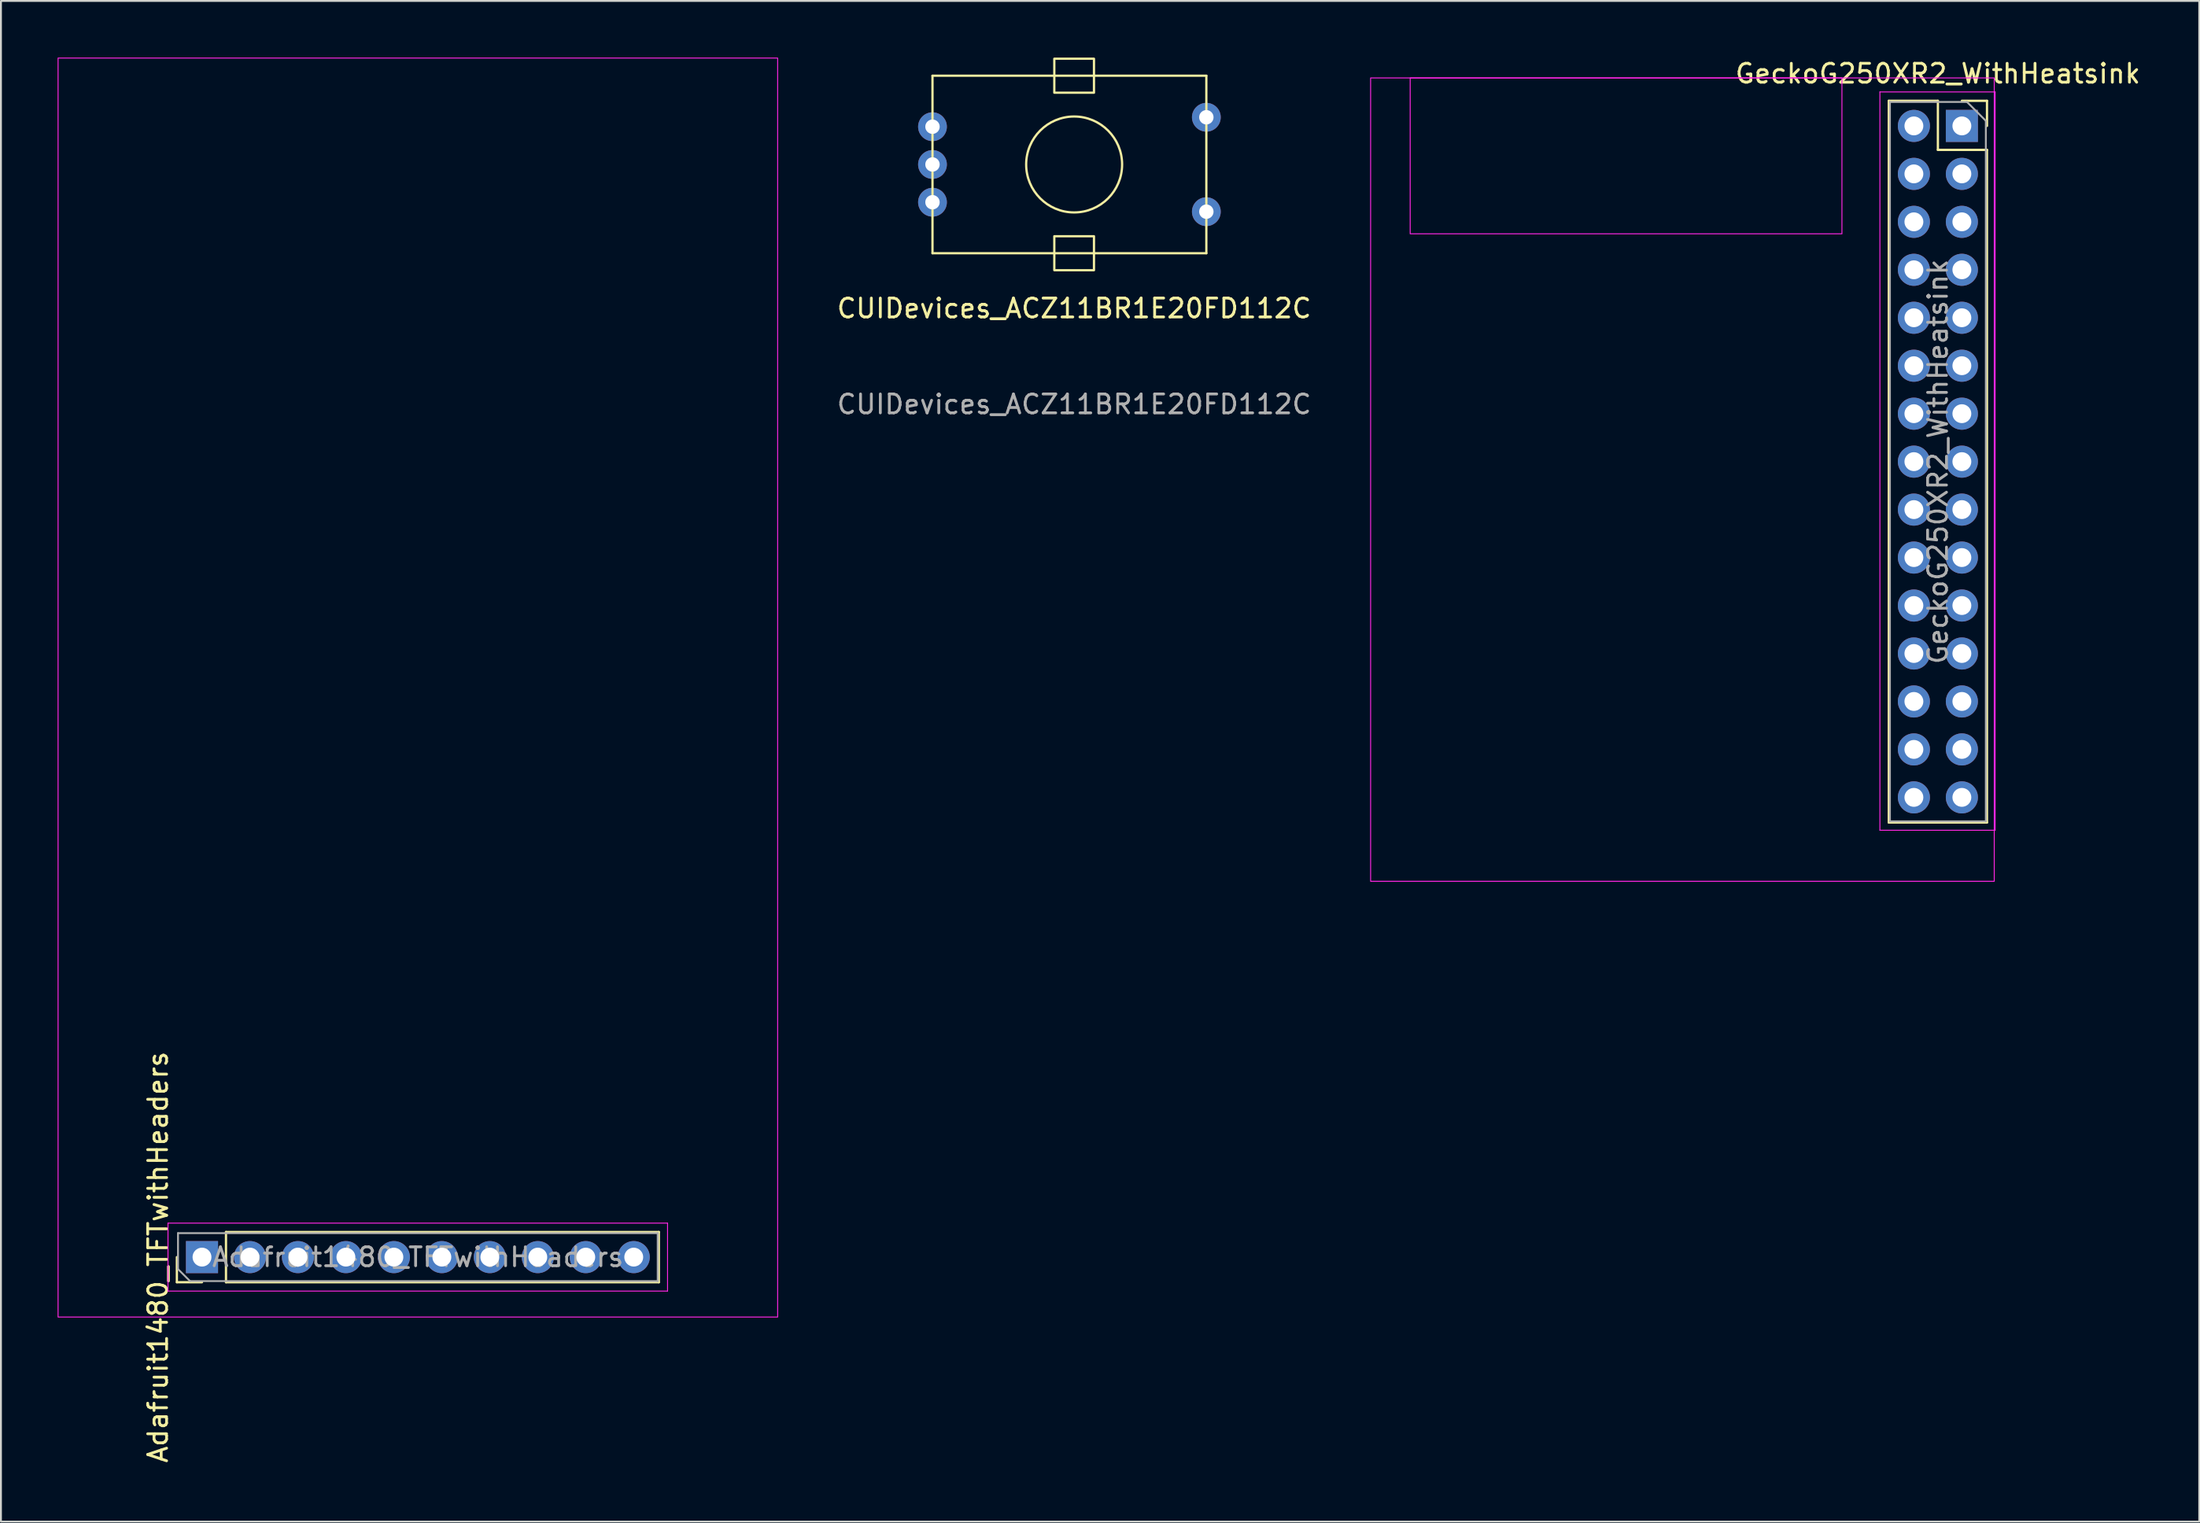
<source format=kicad_pcb>
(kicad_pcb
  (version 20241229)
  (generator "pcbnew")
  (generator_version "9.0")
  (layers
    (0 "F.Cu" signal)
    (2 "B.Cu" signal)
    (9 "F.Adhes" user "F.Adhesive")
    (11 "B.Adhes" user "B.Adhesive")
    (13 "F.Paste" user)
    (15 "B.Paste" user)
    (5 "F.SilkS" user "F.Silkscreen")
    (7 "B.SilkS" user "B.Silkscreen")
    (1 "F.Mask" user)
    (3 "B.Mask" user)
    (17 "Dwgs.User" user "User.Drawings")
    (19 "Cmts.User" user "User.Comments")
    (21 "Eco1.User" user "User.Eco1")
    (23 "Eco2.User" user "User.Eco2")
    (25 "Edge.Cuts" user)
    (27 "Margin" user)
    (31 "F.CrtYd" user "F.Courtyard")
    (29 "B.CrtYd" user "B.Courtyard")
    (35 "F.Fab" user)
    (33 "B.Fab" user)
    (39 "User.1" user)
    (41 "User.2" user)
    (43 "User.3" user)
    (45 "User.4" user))
  (footprint "Adafruit1480_TFTwithHeaders"
    (layer "F.Cu")
    (at 7.645 63.525)
    (property "Reference" "Adafruit1480_TFTwithHeaders" (at -2.33 0 90) (layer "F.SilkS") (effects (font (size 1 1) (thickness 0.15))))
    (attr through_hole)
    (fp_line (start -1.33 1.33) (end -1.33 0) (stroke (width 0.12) (type solid)) (layer "F.SilkS"))
    (fp_line (start 0 1.33) (end -1.33 1.33) (stroke (width 0.12) (type solid)) (layer "F.SilkS"))
    (fp_line (start 1.27 -1.33) (end 24.19 -1.33) (stroke (width 0.12) (type solid)) (layer "F.SilkS"))
    (fp_line (start 1.27 1.33) (end 1.27 -1.33) (stroke (width 0.12) (type solid)) (layer "F.SilkS"))
    (fp_line (start 1.27 1.33) (end 24.19 1.33) (stroke (width 0.12) (type solid)) (layer "F.SilkS"))
    (fp_line (start 24.19 1.33) (end 24.19 -1.33) (stroke (width 0.12) (type solid)) (layer "F.SilkS"))
    (fp_line (start -1.8 -1.8) (end -1.8 1.8) (stroke (width 0.05) (type solid)) (layer "F.CrtYd"))
    (fp_line (start -1.8 1.8) (end 24.65 1.8) (stroke (width 0.05) (type solid)) (layer "F.CrtYd"))
    (fp_line (start 24.65 -1.8) (end -1.8 -1.8) (stroke (width 0.05) (type solid)) (layer "F.CrtYd"))
    (fp_line (start 24.65 1.8) (end 24.65 -1.8) (stroke (width 0.05) (type solid)) (layer "F.CrtYd"))
    (fp_rect (start -7.62 3.175) (end 30.48 -63.5) (stroke (width 0.05) (type solid)) (fill no) (layer "F.CrtYd"))
    (fp_line (start -1.27 -1.27) (end 24.13 -1.27) (stroke (width 0.1) (type solid)) (layer "F.Fab"))
    (fp_line (start -1.27 0.635) (end -1.27 -1.27) (stroke (width 0.1) (type solid)) (layer "F.Fab"))
    (fp_line (start -0.635 1.27) (end -1.27 0.635) (stroke (width 0.1) (type solid)) (layer "F.Fab"))
    (fp_line (start 24.13 -1.27) (end 24.13 1.27) (stroke (width 0.1) (type solid)) (layer "F.Fab"))
    (fp_line (start 24.13 1.27) (end -0.635 1.27) (stroke (width 0.1) (type solid)) (layer "F.Fab"))
    (fp_text user "${REFERENCE}" (at 11.43 0 180) (layer "F.Fab") (effects (font (size 1 1) (thickness 0.15))))
    (pad "1" thru_hole rect (at 0 0 90) (size 1.7 1.7) (drill 1) (layers "*.Cu" "*.Mask"))
    (pad "2" thru_hole oval (at 2.54 0 90) (size 1.7 1.7) (drill 1) (layers "*.Cu" "*.Mask"))
    (pad "3" thru_hole oval (at 5.08 0 90) (size 1.7 1.7) (drill 1) (layers "*.Cu" "*.Mask"))
    (pad "4" thru_hole oval (at 7.62 0 90) (size 1.7 1.7) (drill 1) (layers "*.Cu" "*.Mask"))
    (pad "5" thru_hole oval (at 10.16 0 90) (size 1.7 1.7) (drill 1) (layers "*.Cu" "*.Mask"))
    (pad "6" thru_hole oval (at 12.7 0 90) (size 1.7 1.7) (drill 1) (layers "*.Cu" "*.Mask"))
    (pad "7" thru_hole oval (at 15.24 0 90) (size 1.7 1.7) (drill 1) (layers "*.Cu" "*.Mask"))
    (pad "8" thru_hole oval (at 17.78 0 90) (size 1.7 1.7) (drill 1) (layers "*.Cu" "*.Mask"))
    (pad "9" thru_hole oval (at 20.32 0 90) (size 1.7 1.7) (drill 1) (layers "*.Cu" "*.Mask"))
    (pad "10" thru_hole oval (at 22.86 0 90) (size 1.7 1.7) (drill 1) (layers "*.Cu" "*.Mask")))
  (footprint "GeckoG250XR2_WithHeatsink"
    (layer "F.Cu")
    (at 100.826 3.618)
    (property "Reference" "GeckoG250XR2_WithHeatsink" (at -1.27 -2.77 0) (layer "F.SilkS") (effects (font (size 1 1) (thickness 0.15))))
    (attr through_hole)
    (fp_line (start -3.87 -1.33) (end -3.87 36.89) (stroke (width 0.12) (type solid)) (layer "F.SilkS"))
    (fp_line (start -3.87 -1.33) (end -1.27 -1.33) (stroke (width 0.12) (type solid)) (layer "F.SilkS"))
    (fp_line (start -3.87 36.89) (end 1.33 36.89) (stroke (width 0.12) (type solid)) (layer "F.SilkS"))
    (fp_line (start -1.27 -1.33) (end -1.27 1.27) (stroke (width 0.12) (type solid)) (layer "F.SilkS"))
    (fp_line (start -1.27 1.27) (end 1.33 1.27) (stroke (width 0.12) (type solid)) (layer "F.SilkS"))
    (fp_line (start 0 -1.33) (end 1.33 -1.33) (stroke (width 0.12) (type solid)) (layer "F.SilkS"))
    (fp_line (start 1.33 -1.33) (end 1.33 0) (stroke (width 0.12) (type solid)) (layer "F.SilkS"))
    (fp_line (start 1.33 1.27) (end 1.33 36.89) (stroke (width 0.12) (type solid)) (layer "F.SilkS"))
    (fp_line (start -4.34 -1.8) (end 1.76 -1.8) (stroke (width 0.05) (type solid)) (layer "F.CrtYd"))
    (fp_line (start -4.34 37.3) (end -4.34 -1.8) (stroke (width 0.05) (type solid)) (layer "F.CrtYd"))
    (fp_line (start 1.76 -1.8) (end 1.76 37.3) (stroke (width 0.05) (type solid)) (layer "F.CrtYd"))
    (fp_line (start 1.76 37.3) (end -4.34 37.3) (stroke (width 0.05) (type solid)) (layer "F.CrtYd"))
    (fp_rect (start -6.35 -2.54) (end -29.21 5.715) (stroke (width 0.05) (type solid)) (fill no) (layer "F.CrtYd"))
    (fp_rect (start 1.714 -2.54) (end -31.305 40.005) (stroke (width 0.05) (type solid)) (fill no) (layer "F.CrtYd"))
    (fp_line (start -3.81 -1.27) (end 0.27 -1.27) (stroke (width 0.1) (type solid)) (layer "F.Fab"))
    (fp_line (start -3.81 36.83) (end -3.81 -1.27) (stroke (width 0.1) (type solid)) (layer "F.Fab"))
    (fp_line (start 0.27 -1.27) (end 1.27 -0.27) (stroke (width 0.1) (type solid)) (layer "F.Fab"))
    (fp_line (start 1.27 -0.27) (end 1.27 36.83) (stroke (width 0.1) (type solid)) (layer "F.Fab"))
    (fp_line (start 1.27 36.83) (end -3.81 36.83) (stroke (width 0.1) (type solid)) (layer "F.Fab"))
    (fp_text user "${REFERENCE}" (at -1.27 17.78 90) (layer "F.Fab") (effects (font (size 1 1) (thickness 0.15))))
    (pad "1" thru_hole rect (at 0 0) (size 1.7 1.7) (drill 1) (layers "*.Cu" "*.Mask"))
    (pad "2" thru_hole oval (at -2.54 0) (size 1.7 1.7) (drill 1) (layers "*.Cu" "*.Mask"))
    (pad "3" thru_hole oval (at 0 2.54) (size 1.7 1.7) (drill 1) (layers "*.Cu" "*.Mask"))
    (pad "4" thru_hole oval (at -2.54 2.54) (size 1.7 1.7) (drill 1) (layers "*.Cu" "*.Mask"))
    (pad "5" thru_hole oval (at 0 5.08) (size 1.7 1.7) (drill 1) (layers "*.Cu" "*.Mask"))
    (pad "6" thru_hole oval (at -2.54 5.08) (size 1.7 1.7) (drill 1) (layers "*.Cu" "*.Mask"))
    (pad "7" thru_hole oval (at 0 7.62) (size 1.7 1.7) (drill 1) (layers "*.Cu" "*.Mask"))
    (pad "8" thru_hole oval (at -2.54 7.62) (size 1.7 1.7) (drill 1) (layers "*.Cu" "*.Mask"))
    (pad "9" thru_hole oval (at 0 10.16) (size 1.7 1.7) (drill 1) (layers "*.Cu" "*.Mask"))
    (pad "10" thru_hole oval (at -2.54 10.16) (size 1.7 1.7) (drill 1) (layers "*.Cu" "*.Mask"))
    (pad "11" thru_hole oval (at 0 12.7) (size 1.7 1.7) (drill 1) (layers "*.Cu" "*.Mask"))
    (pad "12" thru_hole oval (at -2.54 12.7) (size 1.7 1.7) (drill 1) (layers "*.Cu" "*.Mask"))
    (pad "13" thru_hole oval (at 0 15.24) (size 1.7 1.7) (drill 1) (layers "*.Cu" "*.Mask"))
    (pad "14" thru_hole oval (at -2.54 15.24) (size 1.7 1.7) (drill 1) (layers "*.Cu" "*.Mask"))
    (pad "15" thru_hole oval (at 0 17.78) (size 1.7 1.7) (drill 1) (layers "*.Cu" "*.Mask"))
    (pad "16" thru_hole oval (at -2.54 17.78) (size 1.7 1.7) (drill 1) (layers "*.Cu" "*.Mask"))
    (pad "17" thru_hole oval (at 0 20.32) (size 1.7 1.7) (drill 1) (layers "*.Cu" "*.Mask"))
    (pad "18" thru_hole oval (at -2.54 20.32) (size 1.7 1.7) (drill 1) (layers "*.Cu" "*.Mask"))
    (pad "19" thru_hole oval (at 0 22.86) (size 1.7 1.7) (drill 1) (layers "*.Cu" "*.Mask"))
    (pad "20" thru_hole oval (at -2.54 22.86) (size 1.7 1.7) (drill 1) (layers "*.Cu" "*.Mask"))
    (pad "21" thru_hole oval (at 0 25.4) (size 1.7 1.7) (drill 1) (layers "*.Cu" "*.Mask"))
    (pad "22" thru_hole oval (at -2.54 25.4) (size 1.7 1.7) (drill 1) (layers "*.Cu" "*.Mask"))
    (pad "23" thru_hole oval (at 0 27.94) (size 1.7 1.7) (drill 1) (layers "*.Cu" "*.Mask"))
    (pad "24" thru_hole oval (at -2.54 27.94) (size 1.7 1.7) (drill 1) (layers "*.Cu" "*.Mask"))
    (pad "25" thru_hole oval (at 0 30.48) (size 1.7 1.7) (drill 1) (layers "*.Cu" "*.Mask"))
    (pad "26" thru_hole oval (at -2.54 30.48) (size 1.7 1.7) (drill 1) (layers "*.Cu" "*.Mask"))
    (pad "27" thru_hole oval (at 0 33.02) (size 1.7 1.7) (drill 1) (layers "*.Cu" "*.Mask"))
    (pad "28" thru_hole oval (at -2.54 33.02) (size 1.7 1.7) (drill 1) (layers "*.Cu" "*.Mask"))
    (pad "29" thru_hole oval (at 0 35.56) (size 1.7 1.7) (drill 1) (layers "*.Cu" "*.Mask"))
    (pad "30" thru_hole oval (at -2.54 35.56) (size 1.7 1.7) (drill 1) (layers "*.Cu" "*.Mask")))
  (footprint "CUIDevices_ACZ11BR1E20FD112C"
    (layer "F.Cu")
    (at 53.823 5.66)
    (property "Reference" "CUIDevices_ACZ11BR1E20FD112C" (at 0 7.62 0) (unlocked yes) (layer "F.SilkS") (effects (font (size 1 1) (thickness 0.15))))
    (fp_line (start -7.5 -4.7) (end -7.5 4.7) (stroke (width 0.12) (type solid)) (layer "F.SilkS"))
    (fp_line (start -7.5 -4.7) (end 7 -4.7) (stroke (width 0.12) (type solid)) (layer "F.SilkS"))
    (fp_line (start -7.5 4.7) (end 7 4.7) (stroke (width 0.12) (type solid)) (layer "F.SilkS"))
    (fp_line (start 7 -4.7) (end 7 4.7) (stroke (width 0.12) (type solid)) (layer "F.SilkS"))
    (fp_rect (start 1.05 -5.6) (end -1.05 -3.8) (stroke (width 0.12) (type solid)) (fill no) (layer "F.SilkS"))
    (fp_rect (start 1.05 5.6) (end -1.05 3.8) (stroke (width 0.12) (type solid)) (fill no) (layer "F.SilkS"))
    (fp_circle (center 0 0) (end -2.54 0) (stroke (width 0.12) (type solid)) (fill no) (layer "F.SilkS"))
    (fp_text user "${REFERENCE}" (at 0 12.7 0) (unlocked yes) (layer "F.Fab") (effects (font (size 1 1) (thickness 0.15))))
    (pad "A" thru_hole circle (at -7.5 -2) (size 1.524 1.524) (drill 0.762) (layers "*.Cu" "*.Mask"))
    (pad "B" thru_hole circle (at -7.5 2) (size 1.524 1.524) (drill 0.762) (layers "*.Cu" "*.Mask"))
    (pad "C" thru_hole circle (at -7.5 0) (size 1.524 1.524) (drill 0.762) (layers "*.Cu" "*.Mask"))
    (pad "S1" thru_hole circle (at 7 -2.5) (size 1.524 1.524) (drill 0.762) (layers "*.Cu" "*.Mask"))
    (pad "S2" thru_hole circle (at 7 2.5) (size 1.524 1.524) (drill 0.762) (layers "*.Cu" "*.Mask")))
  (gr_rect
    (start -3 -3)
    (end 113.395 77.531)
    (stroke (width 0.1) (type default))
    (fill no)
    (layer "Edge.Cuts")))
</source>
